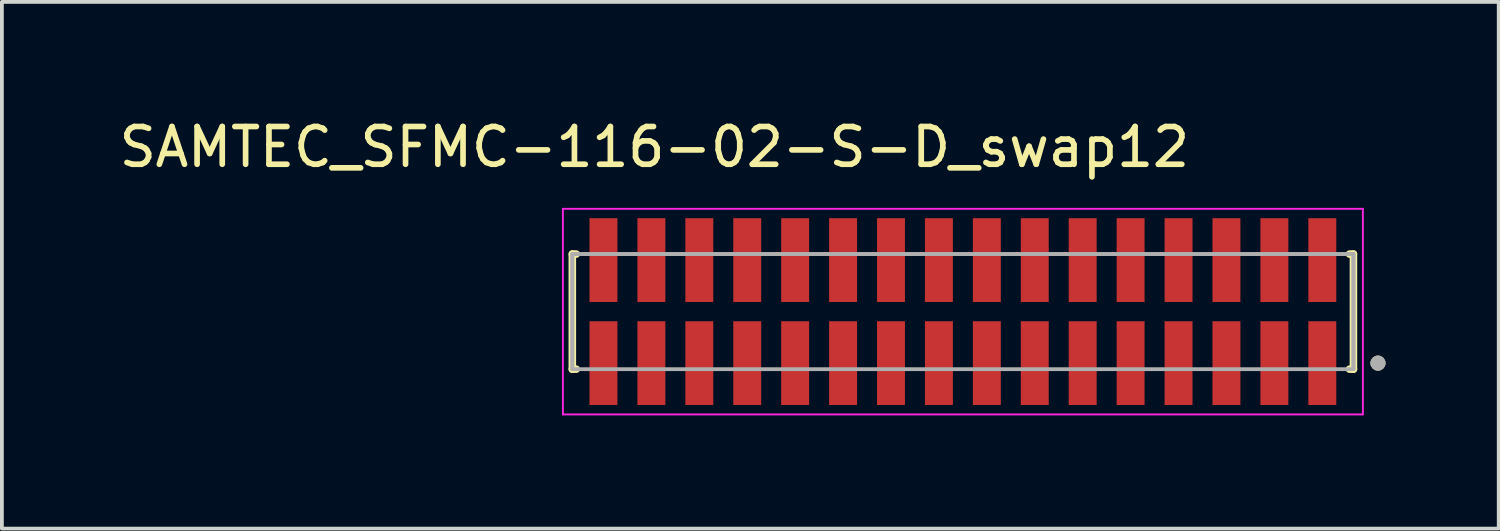
<source format=kicad_pcb>
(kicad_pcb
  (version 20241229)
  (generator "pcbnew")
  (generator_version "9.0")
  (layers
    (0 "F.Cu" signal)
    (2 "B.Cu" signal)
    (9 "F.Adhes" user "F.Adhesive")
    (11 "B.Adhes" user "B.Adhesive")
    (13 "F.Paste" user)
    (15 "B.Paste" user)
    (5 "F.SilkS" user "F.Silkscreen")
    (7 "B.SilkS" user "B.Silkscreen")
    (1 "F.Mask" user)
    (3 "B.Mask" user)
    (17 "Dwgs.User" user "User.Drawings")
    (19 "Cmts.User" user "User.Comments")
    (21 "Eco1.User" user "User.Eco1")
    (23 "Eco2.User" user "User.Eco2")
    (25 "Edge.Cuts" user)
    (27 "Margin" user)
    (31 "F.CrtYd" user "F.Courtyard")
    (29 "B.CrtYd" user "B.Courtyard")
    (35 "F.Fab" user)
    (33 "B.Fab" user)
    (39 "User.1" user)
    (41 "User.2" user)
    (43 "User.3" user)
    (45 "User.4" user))
  (footprint "SAMTEC_SFMC-116-02-S-D_swap12"
    (layer "F.Cu")
    (at 22.467 5.208)
    (property "Reference" "SAMTEC_SFMC-116-02-S-D_swap12" (at -8.175 -4.36 0) (layer "F.SilkS") (effects (font (size 1 1) (thickness 0.15))))
    (attr smd)
    (fp_line (start -10.35 -1.525) (end -10.245 -1.525) (stroke (width 0.2) (type solid)) (layer "F.SilkS"))
    (fp_line (start -10.35 1.525) (end -10.35 -1.525) (stroke (width 0.2) (type solid)) (layer "F.SilkS"))
    (fp_line (start -10.245 1.525) (end -10.35 1.525) (stroke (width 0.2) (type solid)) (layer "F.SilkS"))
    (fp_line (start 10.245 -1.525) (end 10.35 -1.525) (stroke (width 0.2) (type solid)) (layer "F.SilkS"))
    (fp_line (start 10.245 1.525) (end 10.35 1.525) (stroke (width 0.2) (type solid)) (layer "F.SilkS"))
    (fp_line (start 10.35 -1.525) (end 10.35 1.525) (stroke (width 0.2) (type solid)) (layer "F.SilkS"))
    (fp_circle (center 11 1.365) (end 11.1 1.365) (stroke (width 0.2) (type solid)) (fill no) (layer "F.SilkS"))
    (fp_line (start -10.6 -2.725) (end 10.6 -2.725) (stroke (width 0.05) (type solid)) (layer "F.CrtYd"))
    (fp_line (start -10.6 2.725) (end -10.6 -2.725) (stroke (width 0.05) (type solid)) (layer "F.CrtYd"))
    (fp_line (start 10.6 -2.725) (end 10.6 2.725) (stroke (width 0.05) (type solid)) (layer "F.CrtYd"))
    (fp_line (start 10.6 2.725) (end -10.6 2.725) (stroke (width 0.05) (type solid)) (layer "F.CrtYd"))
    (fp_line (start -10.35 -1.525) (end 10.35 -1.525) (stroke (width 0.1) (type solid)) (layer "F.Fab"))
    (fp_line (start -10.35 -1.525) (end 10.35 -1.525) (stroke (width 0.1) (type solid)) (layer "F.Fab"))
    (fp_line (start -10.35 1.525) (end -10.35 -1.525) (stroke (width 0.1) (type solid)) (layer "F.Fab"))
    (fp_line (start -10.35 1.525) (end -10.35 -1.525) (stroke (width 0.1) (type solid)) (layer "F.Fab"))
    (fp_line (start 10.35 -1.525) (end 10.35 1.525) (stroke (width 0.1) (type solid)) (layer "F.Fab"))
    (fp_line (start 10.35 -1.525) (end 10.35 1.525) (stroke (width 0.1) (type solid)) (layer "F.Fab"))
    (fp_line (start 10.35 1.525) (end -10.35 1.525) (stroke (width 0.1) (type solid)) (layer "F.Fab"))
    (fp_circle (center 11 1.365) (end 11.1 1.365) (stroke (width 0.2) (type solid)) (fill no) (layer "F.Fab"))
    (pad "1" smd rect (at 9.525 -1.365) (size 0.74 2.22) (layers "F.Cu" "F.Mask" "F.Paste"))
    (pad "2" smd rect (at 9.525 1.365) (size 0.74 2.22) (layers "F.Cu" "F.Mask" "F.Paste"))
    (pad "3" smd rect (at 8.255 -1.365) (size 0.74 2.22) (layers "F.Cu" "F.Mask" "F.Paste"))
    (pad "4" smd rect (at 8.255 1.365) (size 0.74 2.22) (layers "F.Cu" "F.Mask" "F.Paste"))
    (pad "5" smd rect (at 6.985 -1.365) (size 0.74 2.22) (layers "F.Cu" "F.Mask" "F.Paste"))
    (pad "6" smd rect (at 6.985 1.365) (size 0.74 2.22) (layers "F.Cu" "F.Mask" "F.Paste"))
    (pad "7" smd rect (at 5.715 -1.365) (size 0.74 2.22) (layers "F.Cu" "F.Mask" "F.Paste"))
    (pad "8" smd rect (at 5.715 1.365) (size 0.74 2.22) (layers "F.Cu" "F.Mask" "F.Paste"))
    (pad "9" smd rect (at 4.445 -1.365) (size 0.74 2.22) (layers "F.Cu" "F.Mask" "F.Paste"))
    (pad "10" smd rect (at 4.445 1.365) (size 0.74 2.22) (layers "F.Cu" "F.Mask" "F.Paste"))
    (pad "11" smd rect (at 3.175 -1.365) (size 0.74 2.22) (layers "F.Cu" "F.Mask" "F.Paste"))
    (pad "12" smd rect (at 3.175 1.365) (size 0.74 2.22) (layers "F.Cu" "F.Mask" "F.Paste"))
    (pad "13" smd rect (at 1.905 -1.365) (size 0.74 2.22) (layers "F.Cu" "F.Mask" "F.Paste"))
    (pad "14" smd rect (at 1.905 1.365) (size 0.74 2.22) (layers "F.Cu" "F.Mask" "F.Paste"))
    (pad "15" smd rect (at 0.635 -1.365) (size 0.74 2.22) (layers "F.Cu" "F.Mask" "F.Paste"))
    (pad "16" smd rect (at 0.635 1.365) (size 0.74 2.22) (layers "F.Cu" "F.Mask" "F.Paste"))
    (pad "17" smd rect (at -0.635 -1.365) (size 0.74 2.22) (layers "F.Cu" "F.Mask" "F.Paste"))
    (pad "18" smd rect (at -0.635 1.365) (size 0.74 2.22) (layers "F.Cu" "F.Mask" "F.Paste"))
    (pad "19" smd rect (at -1.905 -1.365) (size 0.74 2.22) (layers "F.Cu" "F.Mask" "F.Paste"))
    (pad "20" smd rect (at -1.905 1.365) (size 0.74 2.22) (layers "F.Cu" "F.Mask" "F.Paste"))
    (pad "21" smd rect (at -3.175 -1.365) (size 0.74 2.22) (layers "F.Cu" "F.Mask" "F.Paste"))
    (pad "22" smd rect (at -3.175 1.365) (size 0.74 2.22) (layers "F.Cu" "F.Mask" "F.Paste"))
    (pad "23" smd rect (at -4.445 -1.365) (size 0.74 2.22) (layers "F.Cu" "F.Mask" "F.Paste"))
    (pad "24" smd rect (at -4.445 1.365) (size 0.74 2.22) (layers "F.Cu" "F.Mask" "F.Paste"))
    (pad "25" smd rect (at -5.715 -1.365) (size 0.74 2.22) (layers "F.Cu" "F.Mask" "F.Paste"))
    (pad "26" smd rect (at -5.715 1.365) (size 0.74 2.22) (layers "F.Cu" "F.Mask" "F.Paste"))
    (pad "27" smd rect (at -6.985 -1.365) (size 0.74 2.22) (layers "F.Cu" "F.Mask" "F.Paste"))
    (pad "28" smd rect (at -6.985 1.365) (size 0.74 2.22) (layers "F.Cu" "F.Mask" "F.Paste"))
    (pad "29" smd rect (at -8.255 -1.365) (size 0.74 2.22) (layers "F.Cu" "F.Mask" "F.Paste"))
    (pad "30" smd rect (at -8.255 1.365) (size 0.74 2.22) (layers "F.Cu" "F.Mask" "F.Paste"))
    (pad "31" smd rect (at -9.525 -1.365) (size 0.74 2.22) (layers "F.Cu" "F.Mask" "F.Paste"))
    (pad "32" smd rect (at -9.525 1.365) (size 0.74 2.22) (layers "F.Cu" "F.Mask" "F.Paste")))
  (gr_rect
    (start -3 -3)
    (end 36.667 10.958)
    (stroke (width 0.1) (type default))
    (fill no)
    (layer "Edge.Cuts")))
</source>
